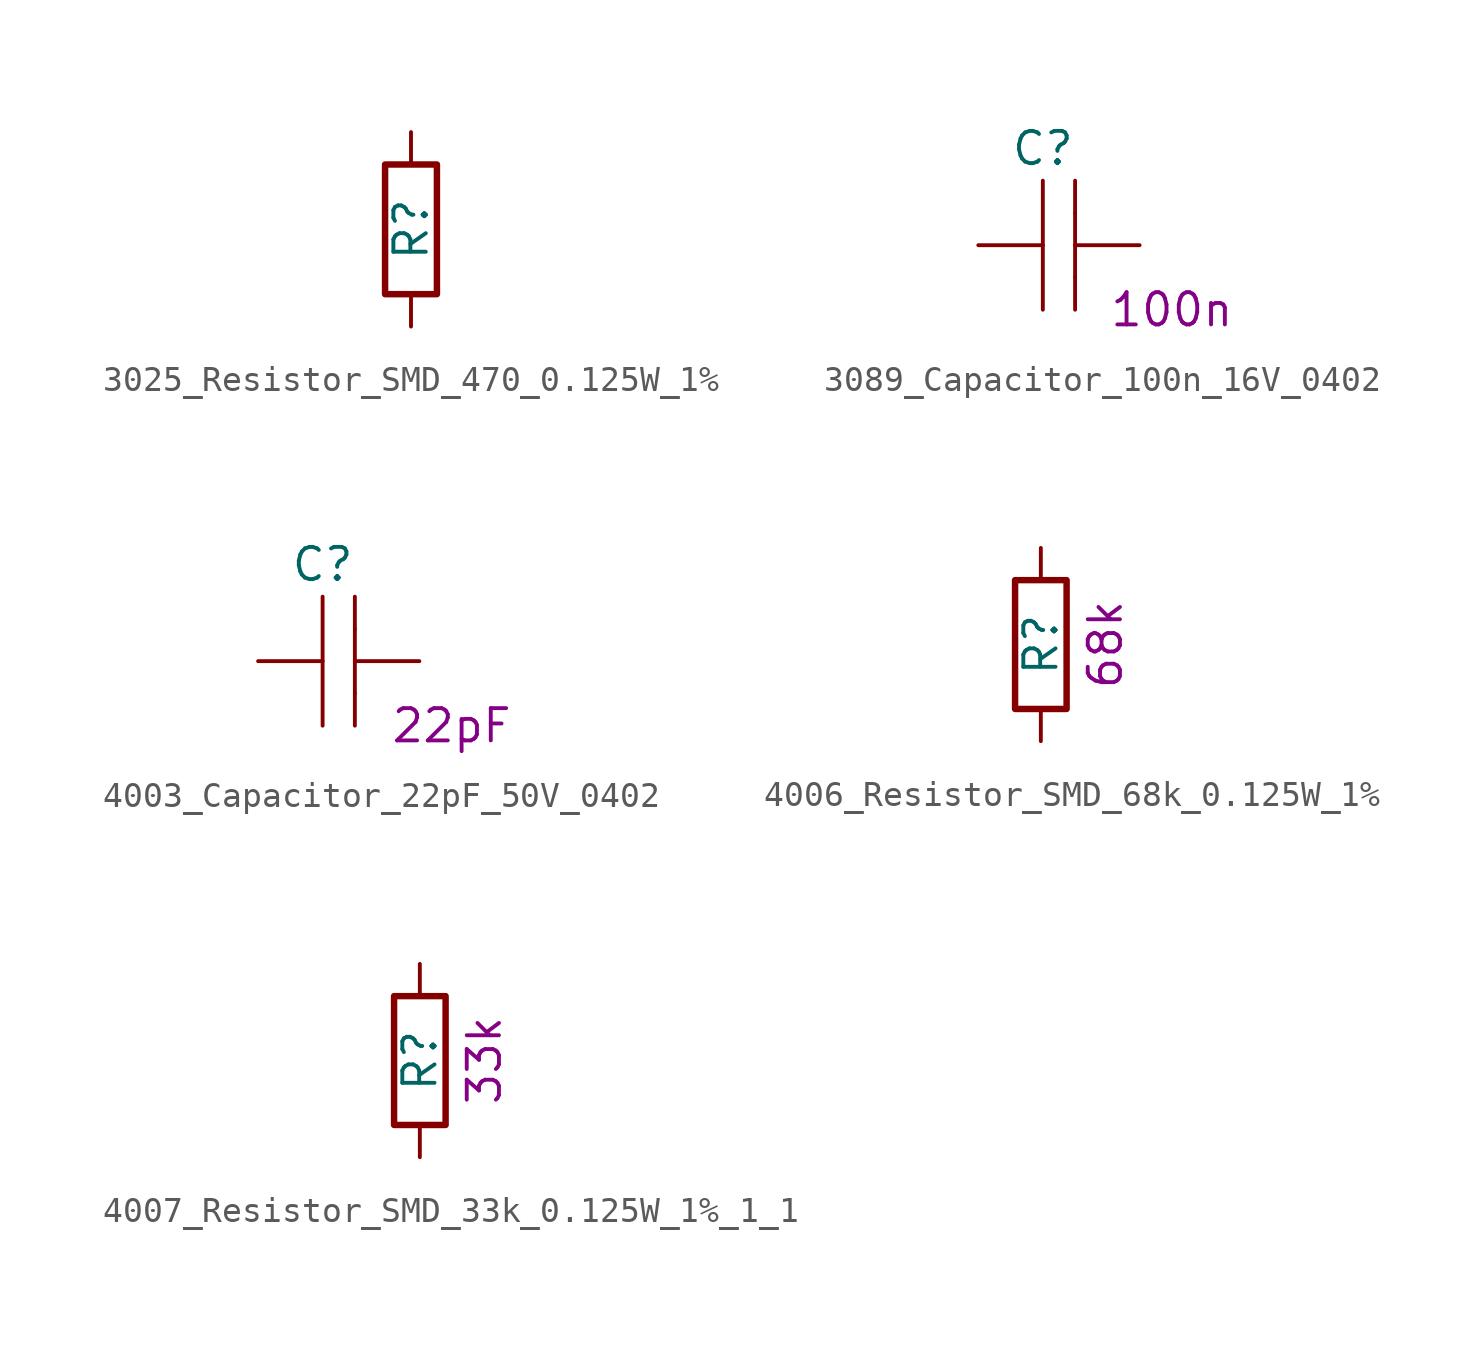
<source format=kicad_sym>
(kicad_symbol_lib
  (version 20211014)
  (generator kicad_symbol_editor)
  (symbol "3025_Resistor_SMD_470_0.125W_1%"
    (pin_numbers hide)
    (pin_names
      (offset 0) hide)
    (property "Reference" "R"
      (at 0 0 90)
      (effects (font (size 1.27 1.27))))
    (symbol "3025_Resistor_SMD_470_0.125W_1%_1_1"
      (rectangle (start -1.016 -2.54) (end 1.016 2.54) (stroke (width 0.254) (type default) (color 0 0 0 0)) (fill (type none)))
      (pin passive line (at 0 3.81 270) (length 1.27) (name "~" (effects (font (size 1.27 1.27)))) (number "1" (effects (font (size 1.27 1.27)))))
      (pin passive line (at 0 -3.81 90) (length 1.27) (name "~" (effects (font (size 1.27 1.27)))) (number "2" (effects (font (size 1.27 1.27)))))))
  (symbol "3089_Capacitor_100n_16V_0402"
    (pin_numbers hide)
    (pin_names
      (offset 1.016) hide)
    (property "Reference" "C"
      (at -1.27 3.81 0)
      (effects (font (size 1.27 1.27))))
    (property "Val" "100n"
      (at 3.81 -2.54 0)
      (effects (font (size 1.27 1.27))))
    (symbol "3089_Capacitor_100n_16V_0402_1_1"
      (polyline (pts (xy -1.27 -2.54) (xy -1.27 2.54)) (stroke (width 0) (type default) (color 0 0 0 0)) (fill (type none)))
      (polyline (pts (xy 0 -1.27) (xy 0 -2.54)) (stroke (width 0) (type default) (color 0 0 0 0)) (fill (type none)))
      (polyline (pts (xy 0 1.27) (xy 0 -1.27)) (stroke (width 0) (type default) (color 0 0 0 0)) (fill (type none)))
      (polyline (pts (xy 0 1.27) (xy 0 2.54)) (stroke (width 0) (type default) (color 0 0 0 0)) (fill (type none)))
      (pin passive line (at -3.81 0 0) (length 2.54) (name "~" (effects (font (size 1.27 1.27)))) (number "1" (effects (font (size 1.27 1.27)))))
      (pin passive line (at 2.54 0 180) (length 2.54) (name "~" (effects (font (size 1.27 1.27)))) (number "2" (effects (font (size 1.27 1.27)))))))
  (symbol "4003_Capacitor_22pF_50V_0402"
    (pin_numbers hide)
    (pin_names
      (offset 1.016) hide)
    (property "Reference" "C"
      (at -1.27 3.81 0)
      (effects (font (size 1.27 1.27))))
    (property "Val" "22pF"
      (at 3.81 -2.54 0)
      (effects (font (size 1.27 1.27))))
    (symbol "4003_Capacitor_22pF_50V_0402_1_1"
      (polyline (pts (xy -1.27 -2.54) (xy -1.27 2.54)) (stroke (width 0) (type default) (color 0 0 0 0)) (fill (type none)))
      (polyline (pts (xy 0 -1.27) (xy 0 -2.54)) (stroke (width 0) (type default) (color 0 0 0 0)) (fill (type none)))
      (polyline (pts (xy 0 1.27) (xy 0 -1.27)) (stroke (width 0) (type default) (color 0 0 0 0)) (fill (type none)))
      (polyline (pts (xy 0 1.27) (xy 0 2.54)) (stroke (width 0) (type default) (color 0 0 0 0)) (fill (type none)))
      (pin passive line (at -3.81 0 0) (length 2.54) (name "~" (effects (font (size 1.27 1.27)))) (number "1" (effects (font (size 1.27 1.27)))))
      (pin passive line (at 2.54 0 180) (length 2.54) (name "~" (effects (font (size 1.27 1.27)))) (number "2" (effects (font (size 1.27 1.27)))))))
  (symbol "4006_Resistor_SMD_68k_0.125W_1%"
    (pin_numbers hide)
    (pin_names
      (offset 0) hide)
    (property "Reference" "R"
      (at 0 0 90)
      (effects (font (size 1.27 1.27))))
    (property "Val" "68k"
      (at 2.54 0 90)
      (effects (font (size 1.27 1.27))))
    (symbol "4006_Resistor_SMD_68k_0.125W_1%_1_1"
      (rectangle (start -1.016 -2.54) (end 1.016 2.54) (stroke (width 0.254) (type default) (color 0 0 0 0)) (fill (type none)))
      (pin passive line (at 0 3.81 270) (length 1.27) (name "~" (effects (font (size 1.27 1.27)))) (number "1" (effects (font (size 1.27 1.27)))))
      (pin passive line (at 0 -3.81 90) (length 1.27) (name "~" (effects (font (size 1.27 1.27)))) (number "2" (effects (font (size 1.27 1.27)))))))
  (symbol "4007_Resistor_SMD_33k_0.125W_1%_1_1"
    (pin_numbers hide)
    (pin_names
      (offset 0) hide)
    (property "Reference" "R"
      (at 0 0 90)
      (effects (font (size 1.27 1.27))))
    (property "Val" "33k"
      (at 2.54 0 90)
      (effects (font (size 1.27 1.27))))
    (symbol "4007_Resistor_SMD_33k_0.125W_1%_1_1_1_1"
      (rectangle (start -1.016 -2.54) (end 1.016 2.54) (stroke (width 0.254) (type default) (color 0 0 0 0)) (fill (type none)))
      (pin passive line (at 0 3.81 270) (length 1.27) (name "~" (effects (font (size 1.27 1.27)))) (number "1" (effects (font (size 1.27 1.27)))))
      (pin passive line (at 0 -3.81 90) (length 1.27) (name "~" (effects (font (size 1.27 1.27)))) (number "2" (effects (font (size 1.27 1.27))))))))
</source>
